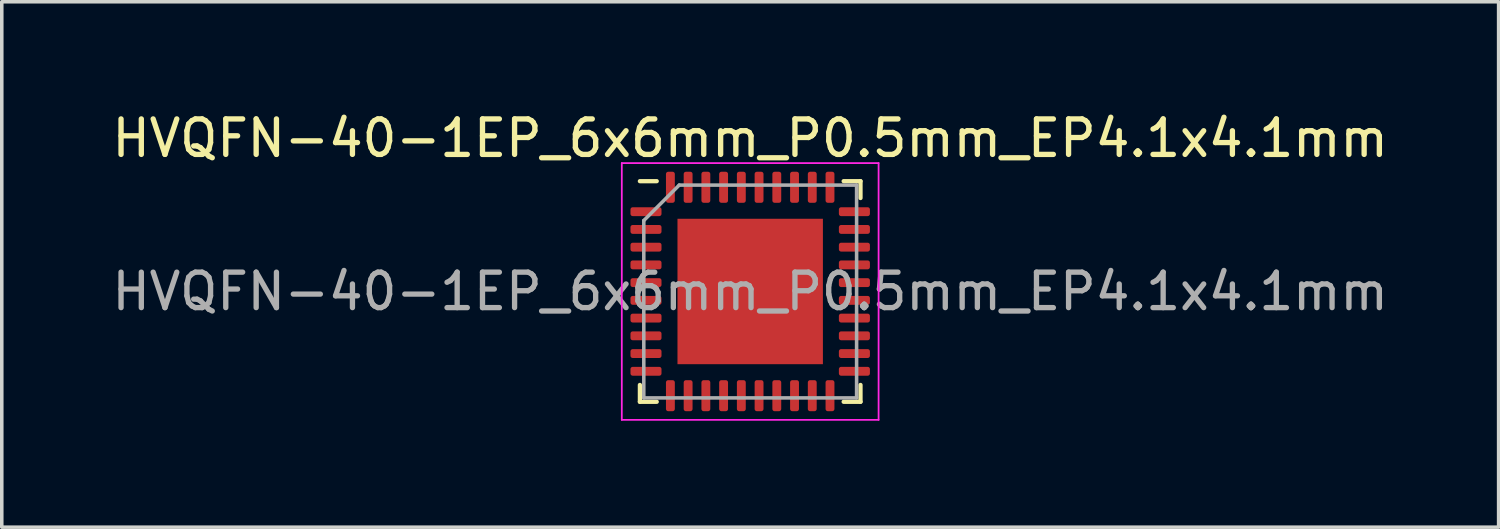
<source format=kicad_pcb>
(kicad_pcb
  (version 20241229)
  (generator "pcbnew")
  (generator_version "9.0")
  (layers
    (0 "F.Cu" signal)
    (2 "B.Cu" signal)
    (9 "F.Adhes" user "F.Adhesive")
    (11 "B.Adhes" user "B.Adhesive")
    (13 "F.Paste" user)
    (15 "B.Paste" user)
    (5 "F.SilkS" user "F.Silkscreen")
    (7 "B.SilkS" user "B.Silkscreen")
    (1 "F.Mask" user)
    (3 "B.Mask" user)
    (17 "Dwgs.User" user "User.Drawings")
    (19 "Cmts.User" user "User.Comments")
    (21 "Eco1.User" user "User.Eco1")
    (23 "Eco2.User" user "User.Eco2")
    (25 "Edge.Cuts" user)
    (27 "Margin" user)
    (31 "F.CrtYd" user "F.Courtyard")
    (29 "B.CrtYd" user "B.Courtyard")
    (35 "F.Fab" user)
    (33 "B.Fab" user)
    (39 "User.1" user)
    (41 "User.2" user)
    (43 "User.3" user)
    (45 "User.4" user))
  (footprint "HVQFN-40-1EP_6x6mm_P0.5mm_EP4.1x4.1mm"
    (layer "F.Cu")
    (at 18.101 5.168)
    (property "Reference" "HVQFN-40-1EP_6x6mm_P0.5mm_EP4.1x4.1mm" (at 0 -4.32 0) (layer "F.SilkS") (effects (font (size 1 1) (thickness 0.15))))
    (attr smd)
    (fp_line (start -3.11 3.11) (end -3.11 2.635) (stroke (width 0.12) (type solid)) (layer "F.SilkS"))
    (fp_line (start -2.635 -3.11) (end -3.11 -3.11) (stroke (width 0.12) (type solid)) (layer "F.SilkS"))
    (fp_line (start -2.635 3.11) (end -3.11 3.11) (stroke (width 0.12) (type solid)) (layer "F.SilkS"))
    (fp_line (start 2.635 -3.11) (end 3.11 -3.11) (stroke (width 0.12) (type solid)) (layer "F.SilkS"))
    (fp_line (start 2.635 3.11) (end 3.11 3.11) (stroke (width 0.12) (type solid)) (layer "F.SilkS"))
    (fp_line (start 3.11 -3.11) (end 3.11 -2.635) (stroke (width 0.12) (type solid)) (layer "F.SilkS"))
    (fp_line (start 3.11 3.11) (end 3.11 2.635) (stroke (width 0.12) (type solid)) (layer "F.SilkS"))
    (fp_line (start -3.62 -3.62) (end -3.62 3.62) (stroke (width 0.05) (type solid)) (layer "F.CrtYd"))
    (fp_line (start -3.62 3.62) (end 3.62 3.62) (stroke (width 0.05) (type solid)) (layer "F.CrtYd"))
    (fp_line (start 3.62 -3.62) (end -3.62 -3.62) (stroke (width 0.05) (type solid)) (layer "F.CrtYd"))
    (fp_line (start 3.62 3.62) (end 3.62 -3.62) (stroke (width 0.05) (type solid)) (layer "F.CrtYd"))
    (fp_line (start -3 -2) (end -2 -3) (stroke (width 0.1) (type solid)) (layer "F.Fab"))
    (fp_line (start -3 3) (end -3 -2) (stroke (width 0.1) (type solid)) (layer "F.Fab"))
    (fp_line (start -2 -3) (end 3 -3) (stroke (width 0.1) (type solid)) (layer "F.Fab"))
    (fp_line (start 3 -3) (end 3 3) (stroke (width 0.1) (type solid)) (layer "F.Fab"))
    (fp_line (start 3 3) (end -3 3) (stroke (width 0.1) (type solid)) (layer "F.Fab"))
    (fp_text user "${REFERENCE}" (at 0 0 0) (layer "F.Fab") (effects (font (size 1 1) (thickness 0.15))))
    (pad "" smd roundrect (at -1.37 -1.37) (size 1.1 1.1) (layers "F.Paste") (roundrect_rratio 0.227))
    (pad "" smd roundrect (at -1.37 0) (size 1.1 1.1) (layers "F.Paste") (roundrect_rratio 0.227))
    (pad "" smd roundrect (at -1.37 1.37) (size 1.1 1.1) (layers "F.Paste") (roundrect_rratio 0.227))
    (pad "" smd roundrect (at 0 -1.37) (size 1.1 1.1) (layers "F.Paste") (roundrect_rratio 0.227))
    (pad "" smd roundrect (at 0 0) (size 1.1 1.1) (layers "F.Paste") (roundrect_rratio 0.227))
    (pad "" smd roundrect (at 0 1.37) (size 1.1 1.1) (layers "F.Paste") (roundrect_rratio 0.227))
    (pad "" smd roundrect (at 1.37 -1.37) (size 1.1 1.1) (layers "F.Paste") (roundrect_rratio 0.227))
    (pad "" smd roundrect (at 1.37 0) (size 1.1 1.1) (layers "F.Paste") (roundrect_rratio 0.227))
    (pad "" smd roundrect (at 1.37 1.37) (size 1.1 1.1) (layers "F.Paste") (roundrect_rratio 0.227))
    (pad "1" smd roundrect (at -2.938 -2.25) (size 0.875 0.25) (layers "F.Cu" "F.Mask" "F.Paste") (roundrect_rratio 0.25))
    (pad "2" smd roundrect (at -2.938 -1.75) (size 0.875 0.25) (layers "F.Cu" "F.Mask" "F.Paste") (roundrect_rratio 0.25))
    (pad "3" smd roundrect (at -2.938 -1.25) (size 0.875 0.25) (layers "F.Cu" "F.Mask" "F.Paste") (roundrect_rratio 0.25))
    (pad "4" smd roundrect (at -2.938 -0.75) (size 0.875 0.25) (layers "F.Cu" "F.Mask" "F.Paste") (roundrect_rratio 0.25))
    (pad "5" smd roundrect (at -2.938 -0.25) (size 0.875 0.25) (layers "F.Cu" "F.Mask" "F.Paste") (roundrect_rratio 0.25))
    (pad "6" smd roundrect (at -2.938 0.25) (size 0.875 0.25) (layers "F.Cu" "F.Mask" "F.Paste") (roundrect_rratio 0.25))
    (pad "7" smd roundrect (at -2.938 0.75) (size 0.875 0.25) (layers "F.Cu" "F.Mask" "F.Paste") (roundrect_rratio 0.25))
    (pad "8" smd roundrect (at -2.938 1.25) (size 0.875 0.25) (layers "F.Cu" "F.Mask" "F.Paste") (roundrect_rratio 0.25))
    (pad "9" smd roundrect (at -2.938 1.75) (size 0.875 0.25) (layers "F.Cu" "F.Mask" "F.Paste") (roundrect_rratio 0.25))
    (pad "10" smd roundrect (at -2.938 2.25) (size 0.875 0.25) (layers "F.Cu" "F.Mask" "F.Paste") (roundrect_rratio 0.25))
    (pad "11" smd roundrect (at -2.25 2.938) (size 0.25 0.875) (layers "F.Cu" "F.Mask" "F.Paste") (roundrect_rratio 0.25))
    (pad "12" smd roundrect (at -1.75 2.938) (size 0.25 0.875) (layers "F.Cu" "F.Mask" "F.Paste") (roundrect_rratio 0.25))
    (pad "13" smd roundrect (at -1.25 2.938) (size 0.25 0.875) (layers "F.Cu" "F.Mask" "F.Paste") (roundrect_rratio 0.25))
    (pad "14" smd roundrect (at -0.75 2.938) (size 0.25 0.875) (layers "F.Cu" "F.Mask" "F.Paste") (roundrect_rratio 0.25))
    (pad "15" smd roundrect (at -0.25 2.938) (size 0.25 0.875) (layers "F.Cu" "F.Mask" "F.Paste") (roundrect_rratio 0.25))
    (pad "16" smd roundrect (at 0.25 2.938) (size 0.25 0.875) (layers "F.Cu" "F.Mask" "F.Paste") (roundrect_rratio 0.25))
    (pad "17" smd roundrect (at 0.75 2.938) (size 0.25 0.875) (layers "F.Cu" "F.Mask" "F.Paste") (roundrect_rratio 0.25))
    (pad "18" smd roundrect (at 1.25 2.938) (size 0.25 0.875) (layers "F.Cu" "F.Mask" "F.Paste") (roundrect_rratio 0.25))
    (pad "19" smd roundrect (at 1.75 2.938) (size 0.25 0.875) (layers "F.Cu" "F.Mask" "F.Paste") (roundrect_rratio 0.25))
    (pad "20" smd roundrect (at 2.25 2.938) (size 0.25 0.875) (layers "F.Cu" "F.Mask" "F.Paste") (roundrect_rratio 0.25))
    (pad "21" smd roundrect (at 2.938 2.25) (size 0.875 0.25) (layers "F.Cu" "F.Mask" "F.Paste") (roundrect_rratio 0.25))
    (pad "22" smd roundrect (at 2.938 1.75) (size 0.875 0.25) (layers "F.Cu" "F.Mask" "F.Paste") (roundrect_rratio 0.25))
    (pad "23" smd roundrect (at 2.938 1.25) (size 0.875 0.25) (layers "F.Cu" "F.Mask" "F.Paste") (roundrect_rratio 0.25))
    (pad "24" smd roundrect (at 2.938 0.75) (size 0.875 0.25) (layers "F.Cu" "F.Mask" "F.Paste") (roundrect_rratio 0.25))
    (pad "25" smd roundrect (at 2.938 0.25) (size 0.875 0.25) (layers "F.Cu" "F.Mask" "F.Paste") (roundrect_rratio 0.25))
    (pad "26" smd roundrect (at 2.938 -0.25) (size 0.875 0.25) (layers "F.Cu" "F.Mask" "F.Paste") (roundrect_rratio 0.25))
    (pad "27" smd roundrect (at 2.938 -0.75) (size 0.875 0.25) (layers "F.Cu" "F.Mask" "F.Paste") (roundrect_rratio 0.25))
    (pad "28" smd roundrect (at 2.938 -1.25) (size 0.875 0.25) (layers "F.Cu" "F.Mask" "F.Paste") (roundrect_rratio 0.25))
    (pad "29" smd roundrect (at 2.938 -1.75) (size 0.875 0.25) (layers "F.Cu" "F.Mask" "F.Paste") (roundrect_rratio 0.25))
    (pad "30" smd roundrect (at 2.938 -2.25) (size 0.875 0.25) (layers "F.Cu" "F.Mask" "F.Paste") (roundrect_rratio 0.25))
    (pad "31" smd roundrect (at 2.25 -2.938) (size 0.25 0.875) (layers "F.Cu" "F.Mask" "F.Paste") (roundrect_rratio 0.25))
    (pad "32" smd roundrect (at 1.75 -2.938) (size 0.25 0.875) (layers "F.Cu" "F.Mask" "F.Paste") (roundrect_rratio 0.25))
    (pad "33" smd roundrect (at 1.25 -2.938) (size 0.25 0.875) (layers "F.Cu" "F.Mask" "F.Paste") (roundrect_rratio 0.25))
    (pad "34" smd roundrect (at 0.75 -2.938) (size 0.25 0.875) (layers "F.Cu" "F.Mask" "F.Paste") (roundrect_rratio 0.25))
    (pad "35" smd roundrect (at 0.25 -2.938) (size 0.25 0.875) (layers "F.Cu" "F.Mask" "F.Paste") (roundrect_rratio 0.25))
    (pad "36" smd roundrect (at -0.25 -2.938) (size 0.25 0.875) (layers "F.Cu" "F.Mask" "F.Paste") (roundrect_rratio 0.25))
    (pad "37" smd roundrect (at -0.75 -2.938) (size 0.25 0.875) (layers "F.Cu" "F.Mask" "F.Paste") (roundrect_rratio 0.25))
    (pad "38" smd roundrect (at -1.25 -2.938) (size 0.25 0.875) (layers "F.Cu" "F.Mask" "F.Paste") (roundrect_rratio 0.25))
    (pad "39" smd roundrect (at -1.75 -2.938) (size 0.25 0.875) (layers "F.Cu" "F.Mask" "F.Paste") (roundrect_rratio 0.25))
    (pad "40" smd roundrect (at -2.25 -2.938) (size 0.25 0.875) (layers "F.Cu" "F.Mask" "F.Paste") (roundrect_rratio 0.25))
    (pad "41" smd rect (at 0 0) (size 4.1 4.1) (layers "F.Cu" "F.Mask")))
  (gr_rect
    (start -3 -3)
    (end 39.202 11.813)
    (stroke (width 0.1) (type default))
    (fill no)
    (layer "Edge.Cuts")))
</source>
